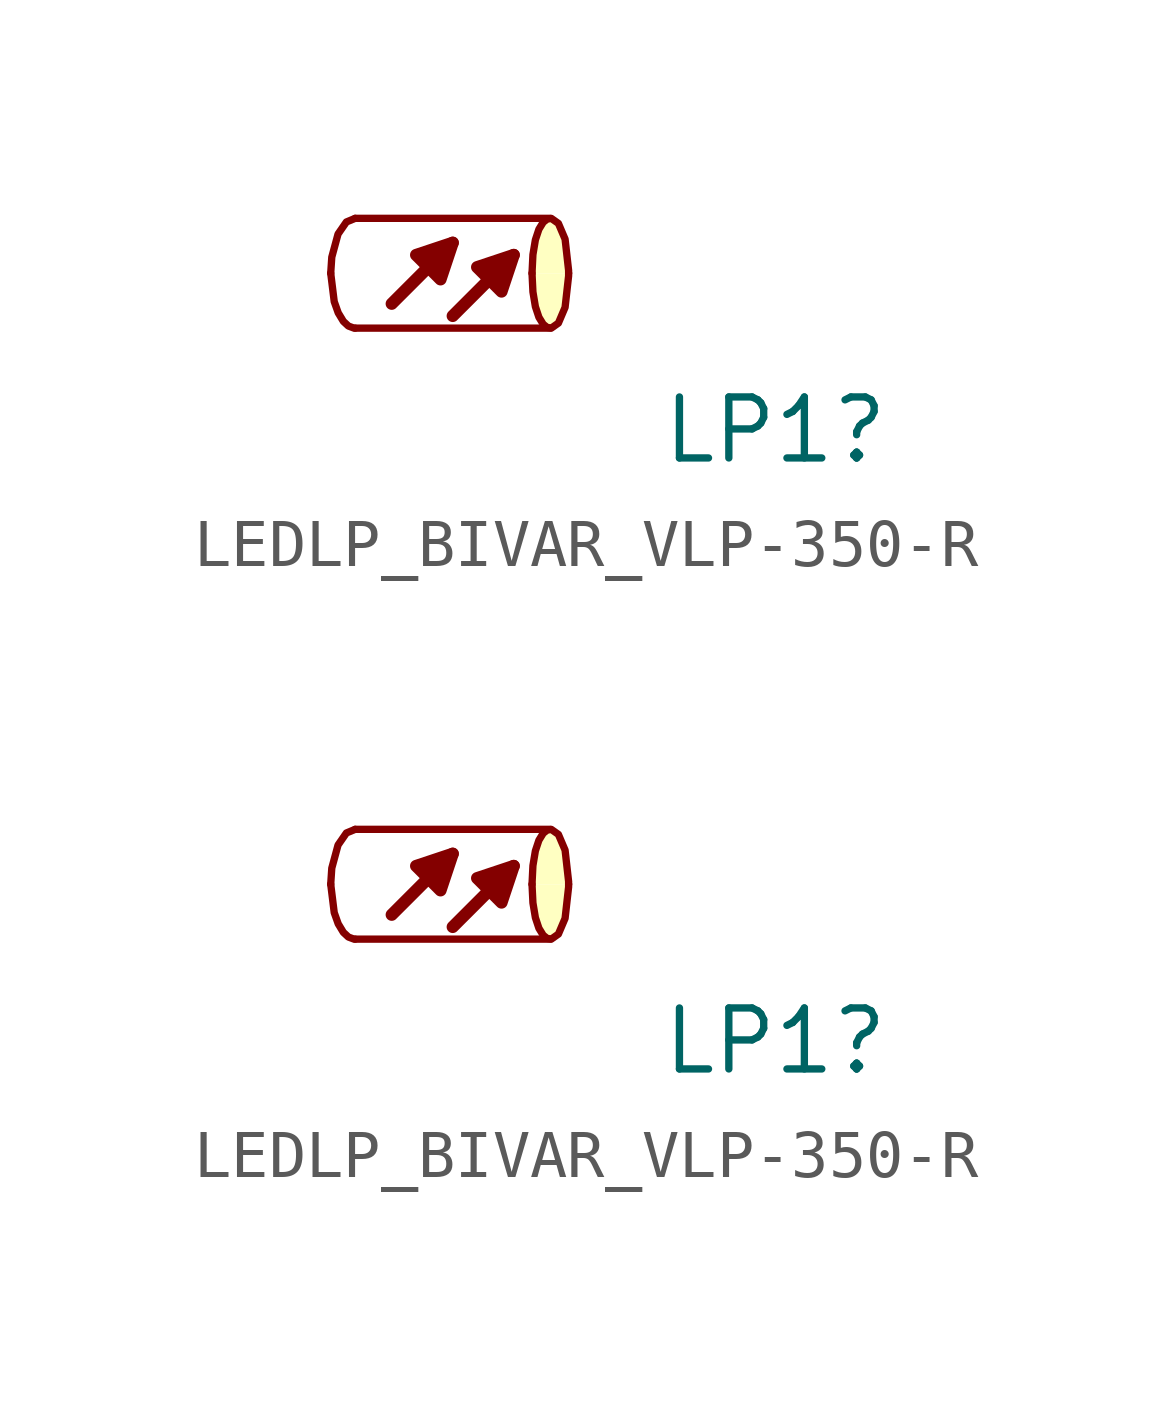
<source format=kicad_sym>
(kicad_symbol_lib
  (version 20231120)
  (generator "kicad_symbol_editor")
  (generator_version "8.0")
  (symbol "LEDLP_BIVAR_VLP-350-R"
    (pin_names
      (offset 1.27))
    (property "Reference" "LP1"
      (at 6.35 -0.345 0)
      (effects (font (size 1.27 1.27)) (justify left)))
    (symbol "LEDLP_BIVAR_VLP-350-R_0_1"
      (bezier (pts (xy -0.508 2.921) (xy -0.508 2.286) (xy -0.279 1.778) (xy 0 1.778)) (stroke (width 0) (type solid)) (fill (type none)))
      (polyline (pts (xy 0 4.064) (xy 4.064 4.064)) (stroke (width 0) (type solid)) (fill (type none)))
      (polyline (pts (xy 0.762 2.286) (xy 2.032 3.556)) (stroke (width 0.254) (type solid)) (fill (type none)))
      (polyline (pts (xy 2.032 2.032) (xy 3.302 3.302)) (stroke (width 0.254) (type solid)) (fill (type none)))
      (polyline (pts (xy 4.064 1.778) (xy 0 1.778)) (stroke (width 0) (type solid)) (fill (type none)))
      (polyline (pts (xy 2.032 3.556) (xy 1.27 3.302) (xy 1.778 2.794) (xy 2.032 3.556)) (stroke (width 0.254) (type solid)) (fill (type outline)))
      (polyline (pts (xy 3.302 3.302) (xy 2.54 3.048) (xy 3.048 2.54) (xy 3.302 3.302)) (stroke (width 0.254) (type solid)) (fill (type outline)))
      (bezier (pts (xy 0 4.064) (xy -0.279 4.064) (xy -0.508 3.556) (xy -0.508 2.921)) (stroke (width 0) (type solid)) (fill (type none)))
      (bezier (pts (xy 3.683 2.921) (xy 3.683 1.397) (xy 4.445 1.397) (xy 4.445 2.921)) (stroke (width 0) (type solid)) (fill (type background)))
      (bezier (pts (xy 3.683 2.921) (xy 3.683 4.445) (xy 4.445 4.445) (xy 4.445 2.921)) (stroke (width 0) (type solid)) (fill (type background)))
      (text "+ Light Pipe" (at -0.254 -4.318 0) (effects (font (size 1.016 1.016)) (hide yes))))
    (symbol "LEDLP_BIVAR_VLP-350-R_0_2"
      (bezier (pts (xy -0.508 2.921) (xy -0.508 2.286) (xy -0.279 1.778) (xy 0 1.778)) (stroke (width 0) (type solid)) (fill (type none)))
      (polyline (pts (xy 0 4.064) (xy 4.064 4.064)) (stroke (width 0) (type solid)) (fill (type none)))
      (polyline (pts (xy 0.762 2.286) (xy 2.032 3.556)) (stroke (width 0.254) (type solid)) (fill (type none)))
      (polyline (pts (xy 2.032 2.032) (xy 3.302 3.302)) (stroke (width 0.254) (type solid)) (fill (type none)))
      (polyline (pts (xy 4.064 1.778) (xy 0 1.778)) (stroke (width 0) (type solid)) (fill (type none)))
      (polyline (pts (xy 2.032 3.556) (xy 1.27 3.302) (xy 1.778 2.794) (xy 2.032 3.556)) (stroke (width 0.254) (type solid)) (fill (type outline)))
      (polyline (pts (xy 3.302 3.302) (xy 2.54 3.048) (xy 3.048 2.54) (xy 3.302 3.302)) (stroke (width 0.254) (type solid)) (fill (type outline)))
      (bezier (pts (xy 0 4.064) (xy -0.279 4.064) (xy -0.508 3.556) (xy -0.508 2.921)) (stroke (width 0) (type solid)) (fill (type none)))
      (bezier (pts (xy 3.683 2.921) (xy 3.683 1.397) (xy 4.445 1.397) (xy 4.445 2.921)) (stroke (width 0) (type solid)) (fill (type background)))
      (bezier (pts (xy 3.683 2.921) (xy 3.683 4.445) (xy 4.445 4.445) (xy 4.445 2.921)) (stroke (width 0) (type solid)) (fill (type background)))
      (text "Light Pipe" (at 2.286 0.762 0) (effects (font (size 1.016 1.016)) (hide yes))))))
</source>
